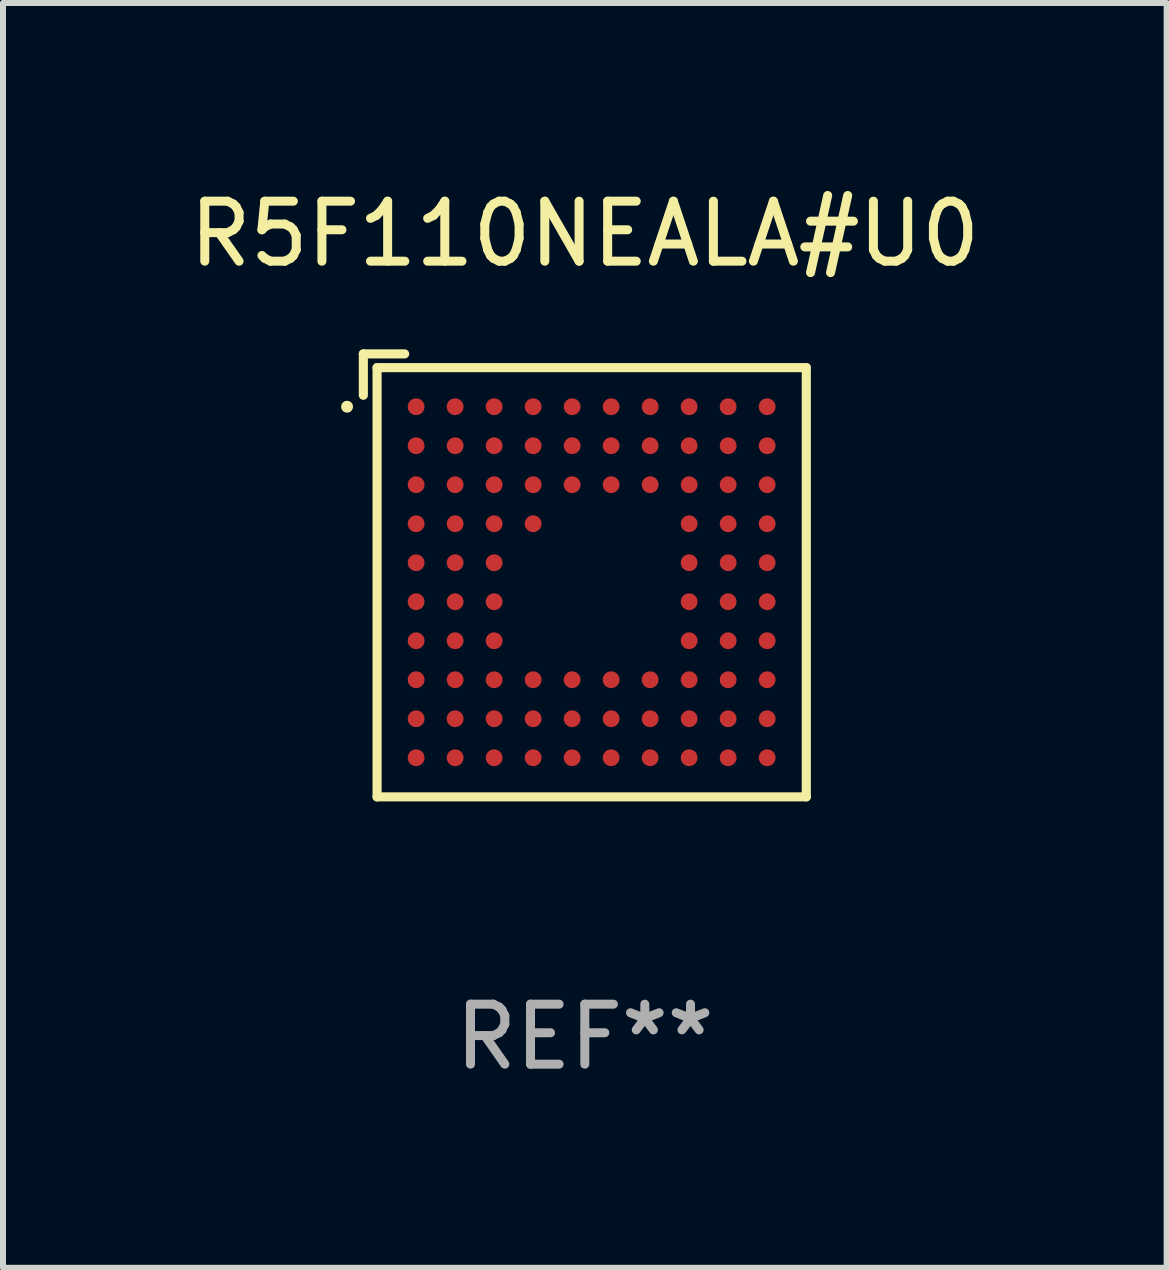
<source format=kicad_pcb>
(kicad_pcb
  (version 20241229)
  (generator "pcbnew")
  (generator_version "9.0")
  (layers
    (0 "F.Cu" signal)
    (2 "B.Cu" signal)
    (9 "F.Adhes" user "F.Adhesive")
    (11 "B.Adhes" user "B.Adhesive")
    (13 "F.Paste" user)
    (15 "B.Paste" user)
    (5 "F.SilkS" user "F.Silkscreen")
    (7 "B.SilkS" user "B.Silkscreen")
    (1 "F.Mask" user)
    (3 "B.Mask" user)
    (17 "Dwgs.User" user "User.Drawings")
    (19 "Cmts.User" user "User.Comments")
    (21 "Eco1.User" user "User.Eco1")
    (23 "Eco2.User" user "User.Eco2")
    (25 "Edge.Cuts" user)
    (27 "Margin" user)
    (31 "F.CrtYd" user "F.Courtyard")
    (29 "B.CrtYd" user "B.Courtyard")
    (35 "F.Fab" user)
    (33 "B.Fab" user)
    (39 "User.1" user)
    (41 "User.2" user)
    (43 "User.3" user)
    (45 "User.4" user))
  (footprint "R5F110NEALA#U0"
    (layer "F.Cu")
    (at 6.696 6.539)
    (property "Reference" "R5F110NEALA#U0" (at 0 -5.691 0) (layer "F.SilkS") (effects (font (size 1 1) (thickness 0.15))))
    (attr through_hole)
    (fp_line (start -3.691 -3.691) (end -3.002 -3.691) (stroke (width 0.152) (type solid)) (layer "F.SilkS"))
    (fp_line (start -3.691 -3.002) (end -3.691 -3.691) (stroke (width 0.152) (type solid)) (layer "F.SilkS"))
    (fp_line (start -3.462 -3.462) (end 3.691 -3.462) (stroke (width 0.152) (type solid)) (layer "F.SilkS"))
    (fp_line (start -3.462 3.691) (end -3.462 -3.462) (stroke (width 0.152) (type solid)) (layer "F.SilkS"))
    (fp_line (start 3.691 -3.462) (end 3.691 3.691) (stroke (width 0.152) (type solid)) (layer "F.SilkS"))
    (fp_line (start 3.691 3.691) (end -3.462 3.691) (stroke (width 0.152) (type solid)) (layer "F.SilkS"))
    (fp_circle (center -3.962 -2.811) (end -3.912 -2.811) (stroke (width 0.1) (type solid)) (fill no) (layer "F.SilkS"))
    (fp_text user "REF**" (at 0 7.691 0) (layer "F.Fab") (effects (font (size 1 1) (thickness 0.15))))
    (pad "A1" smd circle (at -2.811 -2.811) (size 0.28 0.28) (layers "F.Cu" "F.Mask" "F.Paste"))
    (pad "A2" smd circle (at -2.161 -2.811) (size 0.28 0.28) (layers "F.Cu" "F.Mask" "F.Paste"))
    (pad "A3" smd circle (at -1.511 -2.811) (size 0.28 0.28) (layers "F.Cu" "F.Mask" "F.Paste"))
    (pad "A4" smd circle (at -0.861 -2.811) (size 0.28 0.28) (layers "F.Cu" "F.Mask" "F.Paste"))
    (pad "A5" smd circle (at -0.211 -2.811) (size 0.28 0.28) (layers "F.Cu" "F.Mask" "F.Paste"))
    (pad "A6" smd circle (at 0.439 -2.811) (size 0.28 0.28) (layers "F.Cu" "F.Mask" "F.Paste"))
    (pad "A7" smd circle (at 1.089 -2.811) (size 0.28 0.28) (layers "F.Cu" "F.Mask" "F.Paste"))
    (pad "A8" smd circle (at 1.739 -2.811) (size 0.28 0.28) (layers "F.Cu" "F.Mask" "F.Paste"))
    (pad "A9" smd circle (at 2.389 -2.811) (size 0.28 0.28) (layers "F.Cu" "F.Mask" "F.Paste"))
    (pad "A10" smd circle (at 3.039 -2.811) (size 0.28 0.28) (layers "F.Cu" "F.Mask" "F.Paste"))
    (pad "B1" smd circle (at -2.811 -2.161) (size 0.28 0.28) (layers "F.Cu" "F.Mask" "F.Paste"))
    (pad "B2" smd circle (at -2.161 -2.161) (size 0.28 0.28) (layers "F.Cu" "F.Mask" "F.Paste"))
    (pad "B3" smd circle (at -1.511 -2.161) (size 0.28 0.28) (layers "F.Cu" "F.Mask" "F.Paste"))
    (pad "B4" smd circle (at -0.861 -2.161) (size 0.28 0.28) (layers "F.Cu" "F.Mask" "F.Paste"))
    (pad "B5" smd circle (at -0.211 -2.161) (size 0.28 0.28) (layers "F.Cu" "F.Mask" "F.Paste"))
    (pad "B6" smd circle (at 0.439 -2.161) (size 0.28 0.28) (layers "F.Cu" "F.Mask" "F.Paste"))
    (pad "B7" smd circle (at 1.089 -2.161) (size 0.28 0.28) (layers "F.Cu" "F.Mask" "F.Paste"))
    (pad "B8" smd circle (at 1.739 -2.161) (size 0.28 0.28) (layers "F.Cu" "F.Mask" "F.Paste"))
    (pad "B9" smd circle (at 2.389 -2.161) (size 0.28 0.28) (layers "F.Cu" "F.Mask" "F.Paste"))
    (pad "B10" smd circle (at 3.039 -2.161) (size 0.28 0.28) (layers "F.Cu" "F.Mask" "F.Paste"))
    (pad "C1" smd circle (at -2.811 -1.511) (size 0.28 0.28) (layers "F.Cu" "F.Mask" "F.Paste"))
    (pad "C2" smd circle (at -2.161 -1.511) (size 0.28 0.28) (layers "F.Cu" "F.Mask" "F.Paste"))
    (pad "C3" smd circle (at -1.511 -1.511) (size 0.28 0.28) (layers "F.Cu" "F.Mask" "F.Paste"))
    (pad "C4" smd circle (at -0.861 -1.511) (size 0.28 0.28) (layers "F.Cu" "F.Mask" "F.Paste"))
    (pad "C5" smd circle (at -0.211 -1.511) (size 0.28 0.28) (layers "F.Cu" "F.Mask" "F.Paste"))
    (pad "C6" smd circle (at 0.439 -1.511) (size 0.28 0.28) (layers "F.Cu" "F.Mask" "F.Paste"))
    (pad "C7" smd circle (at 1.089 -1.511) (size 0.28 0.28) (layers "F.Cu" "F.Mask" "F.Paste"))
    (pad "C8" smd circle (at 1.739 -1.511) (size 0.28 0.28) (layers "F.Cu" "F.Mask" "F.Paste"))
    (pad "C9" smd circle (at 2.389 -1.511) (size 0.28 0.28) (layers "F.Cu" "F.Mask" "F.Paste"))
    (pad "C10" smd circle (at 3.039 -1.511) (size 0.28 0.28) (layers "F.Cu" "F.Mask" "F.Paste"))
    (pad "D1" smd circle (at -2.811 -0.861) (size 0.28 0.28) (layers "F.Cu" "F.Mask" "F.Paste"))
    (pad "D2" smd circle (at -2.161 -0.861) (size 0.28 0.28) (layers "F.Cu" "F.Mask" "F.Paste"))
    (pad "D3" smd circle (at -1.511 -0.861) (size 0.28 0.28) (layers "F.Cu" "F.Mask" "F.Paste"))
    (pad "D4" smd circle (at -0.861 -0.861) (size 0.28 0.28) (layers "F.Cu" "F.Mask" "F.Paste"))
    (pad "D8" smd circle (at 1.739 -0.861) (size 0.28 0.28) (layers "F.Cu" "F.Mask" "F.Paste"))
    (pad "D9" smd circle (at 2.389 -0.861) (size 0.28 0.28) (layers "F.Cu" "F.Mask" "F.Paste"))
    (pad "D10" smd circle (at 3.039 -0.861) (size 0.28 0.28) (layers "F.Cu" "F.Mask" "F.Paste"))
    (pad "E1" smd circle (at -2.811 -0.211) (size 0.28 0.28) (layers "F.Cu" "F.Mask" "F.Paste"))
    (pad "E2" smd circle (at -2.161 -0.211) (size 0.28 0.28) (layers "F.Cu" "F.Mask" "F.Paste"))
    (pad "E3" smd circle (at -1.511 -0.211) (size 0.28 0.28) (layers "F.Cu" "F.Mask" "F.Paste"))
    (pad "E8" smd circle (at 1.739 -0.211) (size 0.28 0.28) (layers "F.Cu" "F.Mask" "F.Paste"))
    (pad "E9" smd circle (at 2.389 -0.211) (size 0.28 0.28) (layers "F.Cu" "F.Mask" "F.Paste"))
    (pad "E10" smd circle (at 3.039 -0.211) (size 0.28 0.28) (layers "F.Cu" "F.Mask" "F.Paste"))
    (pad "F1" smd circle (at -2.811 0.439) (size 0.28 0.28) (layers "F.Cu" "F.Mask" "F.Paste"))
    (pad "F2" smd circle (at -2.161 0.439) (size 0.28 0.28) (layers "F.Cu" "F.Mask" "F.Paste"))
    (pad "F3" smd circle (at -1.511 0.439) (size 0.28 0.28) (layers "F.Cu" "F.Mask" "F.Paste"))
    (pad "F8" smd circle (at 1.739 0.439) (size 0.28 0.28) (layers "F.Cu" "F.Mask" "F.Paste"))
    (pad "F9" smd circle (at 2.389 0.439) (size 0.28 0.28) (layers "F.Cu" "F.Mask" "F.Paste"))
    (pad "F10" smd circle (at 3.039 0.439) (size 0.28 0.28) (layers "F.Cu" "F.Mask" "F.Paste"))
    (pad "G1" smd circle (at -2.811 1.089) (size 0.28 0.28) (layers "F.Cu" "F.Mask" "F.Paste"))
    (pad "G2" smd circle (at -2.161 1.089) (size 0.28 0.28) (layers "F.Cu" "F.Mask" "F.Paste"))
    (pad "G3" smd circle (at -1.511 1.089) (size 0.28 0.28) (layers "F.Cu" "F.Mask" "F.Paste"))
    (pad "G8" smd circle (at 1.739 1.089) (size 0.28 0.28) (layers "F.Cu" "F.Mask" "F.Paste"))
    (pad "G9" smd circle (at 2.389 1.089) (size 0.28 0.28) (layers "F.Cu" "F.Mask" "F.Paste"))
    (pad "G10" smd circle (at 3.039 1.089) (size 0.28 0.28) (layers "F.Cu" "F.Mask" "F.Paste"))
    (pad "H1" smd circle (at -2.811 1.739) (size 0.28 0.28) (layers "F.Cu" "F.Mask" "F.Paste"))
    (pad "H2" smd circle (at -2.161 1.739) (size 0.28 0.28) (layers "F.Cu" "F.Mask" "F.Paste"))
    (pad "H3" smd circle (at -1.511 1.739) (size 0.28 0.28) (layers "F.Cu" "F.Mask" "F.Paste"))
    (pad "H4" smd circle (at -0.861 1.739) (size 0.28 0.28) (layers "F.Cu" "F.Mask" "F.Paste"))
    (pad "H5" smd circle (at -0.211 1.739) (size 0.28 0.28) (layers "F.Cu" "F.Mask" "F.Paste"))
    (pad "H6" smd circle (at 0.439 1.739) (size 0.28 0.28) (layers "F.Cu" "F.Mask" "F.Paste"))
    (pad "H7" smd circle (at 1.089 1.739) (size 0.28 0.28) (layers "F.Cu" "F.Mask" "F.Paste"))
    (pad "H8" smd circle (at 1.739 1.739) (size 0.28 0.28) (layers "F.Cu" "F.Mask" "F.Paste"))
    (pad "H9" smd circle (at 2.389 1.739) (size 0.28 0.28) (layers "F.Cu" "F.Mask" "F.Paste"))
    (pad "H10" smd circle (at 3.039 1.739) (size 0.28 0.28) (layers "F.Cu" "F.Mask" "F.Paste"))
    (pad "J1" smd circle (at -2.811 2.389) (size 0.28 0.28) (layers "F.Cu" "F.Mask" "F.Paste"))
    (pad "J2" smd circle (at -2.161 2.389) (size 0.28 0.28) (layers "F.Cu" "F.Mask" "F.Paste"))
    (pad "J3" smd circle (at -1.511 2.389) (size 0.28 0.28) (layers "F.Cu" "F.Mask" "F.Paste"))
    (pad "J4" smd circle (at -0.861 2.389) (size 0.28 0.28) (layers "F.Cu" "F.Mask" "F.Paste"))
    (pad "J5" smd circle (at -0.211 2.389) (size 0.28 0.28) (layers "F.Cu" "F.Mask" "F.Paste"))
    (pad "J6" smd circle (at 0.439 2.389) (size 0.28 0.28) (layers "F.Cu" "F.Mask" "F.Paste"))
    (pad "J7" smd circle (at 1.089 2.389) (size 0.28 0.28) (layers "F.Cu" "F.Mask" "F.Paste"))
    (pad "J8" smd circle (at 1.739 2.389) (size 0.28 0.28) (layers "F.Cu" "F.Mask" "F.Paste"))
    (pad "J9" smd circle (at 2.389 2.389) (size 0.28 0.28) (layers "F.Cu" "F.Mask" "F.Paste"))
    (pad "J10" smd circle (at 3.039 2.389) (size 0.28 0.28) (layers "F.Cu" "F.Mask" "F.Paste"))
    (pad "K1" smd circle (at -2.811 3.039) (size 0.28 0.28) (layers "F.Cu" "F.Mask" "F.Paste"))
    (pad "K2" smd circle (at -2.161 3.039) (size 0.28 0.28) (layers "F.Cu" "F.Mask" "F.Paste"))
    (pad "K3" smd circle (at -1.511 3.039) (size 0.28 0.28) (layers "F.Cu" "F.Mask" "F.Paste"))
    (pad "K4" smd circle (at -0.861 3.039) (size 0.28 0.28) (layers "F.Cu" "F.Mask" "F.Paste"))
    (pad "K5" smd circle (at -0.211 3.039) (size 0.28 0.28) (layers "F.Cu" "F.Mask" "F.Paste"))
    (pad "K6" smd circle (at 0.439 3.039) (size 0.28 0.28) (layers "F.Cu" "F.Mask" "F.Paste"))
    (pad "K7" smd circle (at 1.089 3.039) (size 0.28 0.28) (layers "F.Cu" "F.Mask" "F.Paste"))
    (pad "K8" smd circle (at 1.739 3.039) (size 0.28 0.28) (layers "F.Cu" "F.Mask" "F.Paste"))
    (pad "K9" smd circle (at 2.389 3.039) (size 0.28 0.28) (layers "F.Cu" "F.Mask" "F.Paste"))
    (pad "K10" smd circle (at 3.039 3.039) (size 0.28 0.28) (layers "F.Cu" "F.Mask" "F.Paste")))
  (gr_rect
    (start -3 -3)
    (end 16.393 18.078)
    (stroke (width 0.1) (type default))
    (fill no)
    (layer "Edge.Cuts")))
</source>
